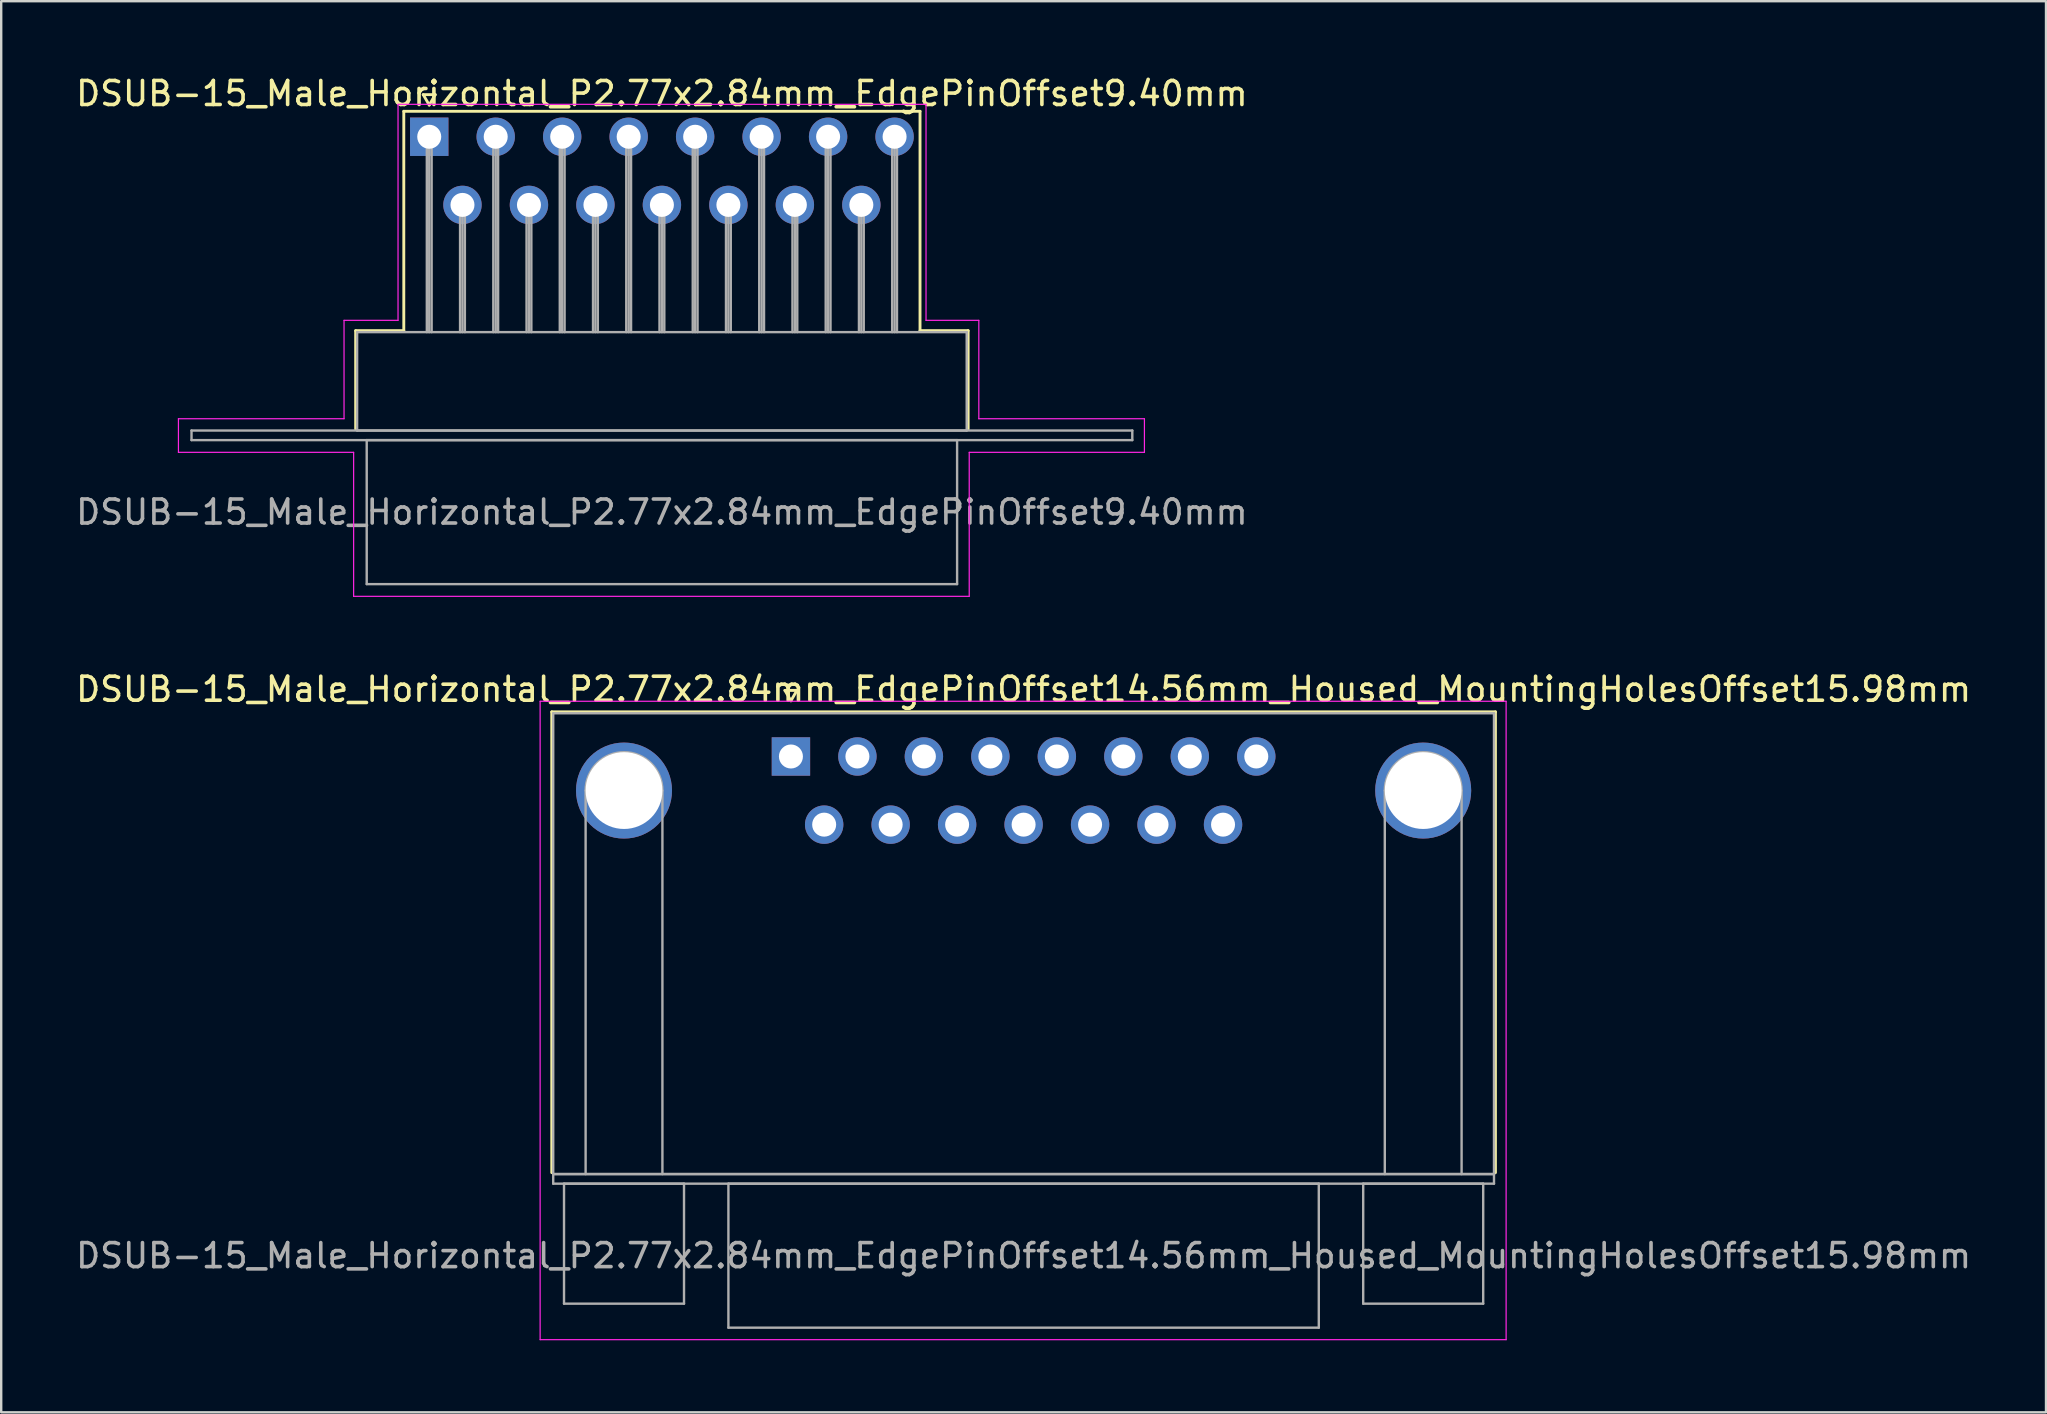
<source format=kicad_pcb>
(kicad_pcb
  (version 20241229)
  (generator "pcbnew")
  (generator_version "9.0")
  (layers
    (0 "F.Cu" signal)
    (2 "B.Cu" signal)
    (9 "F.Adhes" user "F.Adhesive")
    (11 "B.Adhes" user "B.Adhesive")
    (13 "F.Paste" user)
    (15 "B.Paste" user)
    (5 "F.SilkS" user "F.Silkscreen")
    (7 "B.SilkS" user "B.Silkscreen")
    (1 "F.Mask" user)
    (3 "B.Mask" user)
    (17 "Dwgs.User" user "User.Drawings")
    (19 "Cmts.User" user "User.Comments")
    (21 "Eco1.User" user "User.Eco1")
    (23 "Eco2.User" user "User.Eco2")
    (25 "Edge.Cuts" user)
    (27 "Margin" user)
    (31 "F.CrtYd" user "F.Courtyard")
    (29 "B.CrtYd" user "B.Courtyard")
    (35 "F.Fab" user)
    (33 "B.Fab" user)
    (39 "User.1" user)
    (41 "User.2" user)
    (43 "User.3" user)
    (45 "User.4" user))
  (footprint "DSUB-15_Male_Horizontal_P2.77x2.84mm_EdgePinOffset9.40mm"
    (layer "F.Cu")
    (at 14.835 2.648)
    (property "Reference" "DSUB-15_Male_Horizontal_P2.77x2.84mm_EdgePinOffset9.40mm" (at 9.695 -1.8 0) (layer "F.SilkS") (effects (font (size 1 1) (thickness 0.15))))
    (attr through_hole)
    (fp_line (start -3.065 8.08) (end -1.06 8.08) (stroke (width 0.12) (type solid)) (layer "F.SilkS"))
    (fp_line (start -3.065 12.18) (end -3.065 8.08) (stroke (width 0.12) (type solid)) (layer "F.SilkS"))
    (fp_line (start -1.06 -1.06) (end 20.45 -1.06) (stroke (width 0.12) (type solid)) (layer "F.SilkS"))
    (fp_line (start -1.06 8.08) (end -1.06 -1.06) (stroke (width 0.12) (type solid)) (layer "F.SilkS"))
    (fp_line (start -0.25 -1.754) (end 0.25 -1.754) (stroke (width 0.12) (type solid)) (layer "F.SilkS"))
    (fp_line (start 0 -1.321) (end -0.25 -1.754) (stroke (width 0.12) (type solid)) (layer "F.SilkS"))
    (fp_line (start 0.25 -1.754) (end 0 -1.321) (stroke (width 0.12) (type solid)) (layer "F.SilkS"))
    (fp_line (start 20.45 -1.06) (end 20.45 8.08) (stroke (width 0.12) (type solid)) (layer "F.SilkS"))
    (fp_line (start 20.45 8.08) (end 22.455 8.08) (stroke (width 0.12) (type solid)) (layer "F.SilkS"))
    (fp_line (start 22.455 8.08) (end 22.455 12.18) (stroke (width 0.12) (type solid)) (layer "F.SilkS"))
    (fp_line (start -10.45 11.75) (end -3.55 11.75) (stroke (width 0.05) (type solid)) (layer "F.CrtYd"))
    (fp_line (start -10.45 13.15) (end -10.45 11.75) (stroke (width 0.05) (type solid)) (layer "F.CrtYd"))
    (fp_line (start -3.55 7.65) (end -1.3 7.65) (stroke (width 0.05) (type solid)) (layer "F.CrtYd"))
    (fp_line (start -3.55 11.75) (end -3.55 7.65) (stroke (width 0.05) (type solid)) (layer "F.CrtYd"))
    (fp_line (start -3.15 13.15) (end -10.45 13.15) (stroke (width 0.05) (type solid)) (layer "F.CrtYd"))
    (fp_line (start -3.15 19.15) (end -3.15 13.15) (stroke (width 0.05) (type solid)) (layer "F.CrtYd"))
    (fp_line (start -1.3 -1.35) (end 20.7 -1.35) (stroke (width 0.05) (type solid)) (layer "F.CrtYd"))
    (fp_line (start -1.3 7.65) (end -1.3 -1.35) (stroke (width 0.05) (type solid)) (layer "F.CrtYd"))
    (fp_line (start 20.7 -1.35) (end 20.7 7.65) (stroke (width 0.05) (type solid)) (layer "F.CrtYd"))
    (fp_line (start 20.7 7.65) (end 22.9 7.65) (stroke (width 0.05) (type solid)) (layer "F.CrtYd"))
    (fp_line (start 22.5 13.15) (end 22.5 19.15) (stroke (width 0.05) (type solid)) (layer "F.CrtYd"))
    (fp_line (start 22.5 19.15) (end -3.15 19.15) (stroke (width 0.05) (type solid)) (layer "F.CrtYd"))
    (fp_line (start 22.9 7.65) (end 22.9 11.75) (stroke (width 0.05) (type solid)) (layer "F.CrtYd"))
    (fp_line (start 22.9 11.75) (end 29.8 11.75) (stroke (width 0.05) (type solid)) (layer "F.CrtYd"))
    (fp_line (start 29.8 11.75) (end 29.8 13.15) (stroke (width 0.05) (type solid)) (layer "F.CrtYd"))
    (fp_line (start 29.8 13.15) (end 22.5 13.15) (stroke (width 0.05) (type solid)) (layer "F.CrtYd"))
    (fp_line (start -9.905 12.24) (end -9.905 12.64) (stroke (width 0.1) (type solid)) (layer "F.Fab"))
    (fp_line (start -9.905 12.64) (end 29.295 12.64) (stroke (width 0.1) (type solid)) (layer "F.Fab"))
    (fp_line (start -3.005 8.14) (end -3.005 12.24) (stroke (width 0.1) (type solid)) (layer "F.Fab"))
    (fp_line (start -3.005 12.24) (end 22.395 12.24) (stroke (width 0.1) (type solid)) (layer "F.Fab"))
    (fp_line (start -2.605 12.64) (end -2.605 18.64) (stroke (width 0.1) (type solid)) (layer "F.Fab"))
    (fp_line (start -2.605 18.64) (end 21.995 18.64) (stroke (width 0.1) (type solid)) (layer "F.Fab"))
    (fp_line (start -0.1 0) (end -0.1 8.14) (stroke (width 0.1) (type solid)) (layer "F.Fab"))
    (fp_line (start 0 0) (end 0 8.14) (stroke (width 0.1) (type solid)) (layer "F.Fab"))
    (fp_line (start 0.1 0) (end 0.1 8.14) (stroke (width 0.1) (type solid)) (layer "F.Fab"))
    (fp_line (start 1.285 2.84) (end 1.285 8.14) (stroke (width 0.1) (type solid)) (layer "F.Fab"))
    (fp_line (start 1.385 2.84) (end 1.385 8.14) (stroke (width 0.1) (type solid)) (layer "F.Fab"))
    (fp_line (start 1.485 2.84) (end 1.485 8.14) (stroke (width 0.1) (type solid)) (layer "F.Fab"))
    (fp_line (start 2.67 0) (end 2.67 8.14) (stroke (width 0.1) (type solid)) (layer "F.Fab"))
    (fp_line (start 2.77 0) (end 2.77 8.14) (stroke (width 0.1) (type solid)) (layer "F.Fab"))
    (fp_line (start 2.87 0) (end 2.87 8.14) (stroke (width 0.1) (type solid)) (layer "F.Fab"))
    (fp_line (start 4.055 2.84) (end 4.055 8.14) (stroke (width 0.1) (type solid)) (layer "F.Fab"))
    (fp_line (start 4.155 2.84) (end 4.155 8.14) (stroke (width 0.1) (type solid)) (layer "F.Fab"))
    (fp_line (start 4.255 2.84) (end 4.255 8.14) (stroke (width 0.1) (type solid)) (layer "F.Fab"))
    (fp_line (start 5.44 0) (end 5.44 8.14) (stroke (width 0.1) (type solid)) (layer "F.Fab"))
    (fp_line (start 5.54 0) (end 5.54 8.14) (stroke (width 0.1) (type solid)) (layer "F.Fab"))
    (fp_line (start 5.64 0) (end 5.64 8.14) (stroke (width 0.1) (type solid)) (layer "F.Fab"))
    (fp_line (start 6.825 2.84) (end 6.825 8.14) (stroke (width 0.1) (type solid)) (layer "F.Fab"))
    (fp_line (start 6.925 2.84) (end 6.925 8.14) (stroke (width 0.1) (type solid)) (layer "F.Fab"))
    (fp_line (start 7.025 2.84) (end 7.025 8.14) (stroke (width 0.1) (type solid)) (layer "F.Fab"))
    (fp_line (start 8.21 0) (end 8.21 8.14) (stroke (width 0.1) (type solid)) (layer "F.Fab"))
    (fp_line (start 8.31 0) (end 8.31 8.14) (stroke (width 0.1) (type solid)) (layer "F.Fab"))
    (fp_line (start 8.41 0) (end 8.41 8.14) (stroke (width 0.1) (type solid)) (layer "F.Fab"))
    (fp_line (start 9.595 2.84) (end 9.595 8.14) (stroke (width 0.1) (type solid)) (layer "F.Fab"))
    (fp_line (start 9.695 2.84) (end 9.695 8.14) (stroke (width 0.1) (type solid)) (layer "F.Fab"))
    (fp_line (start 9.795 2.84) (end 9.795 8.14) (stroke (width 0.1) (type solid)) (layer "F.Fab"))
    (fp_line (start 10.98 0) (end 10.98 8.14) (stroke (width 0.1) (type solid)) (layer "F.Fab"))
    (fp_line (start 11.08 0) (end 11.08 8.14) (stroke (width 0.1) (type solid)) (layer "F.Fab"))
    (fp_line (start 11.18 0) (end 11.18 8.14) (stroke (width 0.1) (type solid)) (layer "F.Fab"))
    (fp_line (start 12.365 2.84) (end 12.365 8.14) (stroke (width 0.1) (type solid)) (layer "F.Fab"))
    (fp_line (start 12.465 2.84) (end 12.465 8.14) (stroke (width 0.1) (type solid)) (layer "F.Fab"))
    (fp_line (start 12.565 2.84) (end 12.565 8.14) (stroke (width 0.1) (type solid)) (layer "F.Fab"))
    (fp_line (start 13.75 0) (end 13.75 8.14) (stroke (width 0.1) (type solid)) (layer "F.Fab"))
    (fp_line (start 13.85 0) (end 13.85 8.14) (stroke (width 0.1) (type solid)) (layer "F.Fab"))
    (fp_line (start 13.95 0) (end 13.95 8.14) (stroke (width 0.1) (type solid)) (layer "F.Fab"))
    (fp_line (start 15.135 2.84) (end 15.135 8.14) (stroke (width 0.1) (type solid)) (layer "F.Fab"))
    (fp_line (start 15.235 2.84) (end 15.235 8.14) (stroke (width 0.1) (type solid)) (layer "F.Fab"))
    (fp_line (start 15.335 2.84) (end 15.335 8.14) (stroke (width 0.1) (type solid)) (layer "F.Fab"))
    (fp_line (start 16.52 0) (end 16.52 8.14) (stroke (width 0.1) (type solid)) (layer "F.Fab"))
    (fp_line (start 16.62 0) (end 16.62 8.14) (stroke (width 0.1) (type solid)) (layer "F.Fab"))
    (fp_line (start 16.72 0) (end 16.72 8.14) (stroke (width 0.1) (type solid)) (layer "F.Fab"))
    (fp_line (start 17.905 2.84) (end 17.905 8.14) (stroke (width 0.1) (type solid)) (layer "F.Fab"))
    (fp_line (start 18.005 2.84) (end 18.005 8.14) (stroke (width 0.1) (type solid)) (layer "F.Fab"))
    (fp_line (start 18.105 2.84) (end 18.105 8.14) (stroke (width 0.1) (type solid)) (layer "F.Fab"))
    (fp_line (start 19.29 0) (end 19.29 8.14) (stroke (width 0.1) (type solid)) (layer "F.Fab"))
    (fp_line (start 19.39 0) (end 19.39 8.14) (stroke (width 0.1) (type solid)) (layer "F.Fab"))
    (fp_line (start 19.49 0) (end 19.49 8.14) (stroke (width 0.1) (type solid)) (layer "F.Fab"))
    (fp_line (start 21.995 12.64) (end -2.605 12.64) (stroke (width 0.1) (type solid)) (layer "F.Fab"))
    (fp_line (start 21.995 18.64) (end 21.995 12.64) (stroke (width 0.1) (type solid)) (layer "F.Fab"))
    (fp_line (start 22.395 8.14) (end -3.005 8.14) (stroke (width 0.1) (type solid)) (layer "F.Fab"))
    (fp_line (start 22.395 12.24) (end 22.395 8.14) (stroke (width 0.1) (type solid)) (layer "F.Fab"))
    (fp_line (start 29.295 12.24) (end -9.905 12.24) (stroke (width 0.1) (type solid)) (layer "F.Fab"))
    (fp_line (start 29.295 12.64) (end 29.295 12.24) (stroke (width 0.1) (type solid)) (layer "F.Fab"))
    (fp_text user "${REFERENCE}" (at 9.695 15.64 0) (layer "F.Fab") (effects (font (size 1 1) (thickness 0.15))))
    (pad "1" thru_hole rect (at 0 0) (size 1.6 1.6) (drill 1) (layers "*.Cu" "*.Mask"))
    (pad "2" thru_hole circle (at 2.77 0) (size 1.6 1.6) (drill 1) (layers "*.Cu" "*.Mask"))
    (pad "3" thru_hole circle (at 5.54 0) (size 1.6 1.6) (drill 1) (layers "*.Cu" "*.Mask"))
    (pad "4" thru_hole circle (at 8.31 0) (size 1.6 1.6) (drill 1) (layers "*.Cu" "*.Mask"))
    (pad "5" thru_hole circle (at 11.08 0) (size 1.6 1.6) (drill 1) (layers "*.Cu" "*.Mask"))
    (pad "6" thru_hole circle (at 13.85 0) (size 1.6 1.6) (drill 1) (layers "*.Cu" "*.Mask"))
    (pad "7" thru_hole circle (at 16.62 0) (size 1.6 1.6) (drill 1) (layers "*.Cu" "*.Mask"))
    (pad "8" thru_hole circle (at 19.39 0) (size 1.6 1.6) (drill 1) (layers "*.Cu" "*.Mask"))
    (pad "9" thru_hole circle (at 1.385 2.84) (size 1.6 1.6) (drill 1) (layers "*.Cu" "*.Mask"))
    (pad "10" thru_hole circle (at 4.155 2.84) (size 1.6 1.6) (drill 1) (layers "*.Cu" "*.Mask"))
    (pad "11" thru_hole circle (at 6.925 2.84) (size 1.6 1.6) (drill 1) (layers "*.Cu" "*.Mask"))
    (pad "12" thru_hole circle (at 9.695 2.84) (size 1.6 1.6) (drill 1) (layers "*.Cu" "*.Mask"))
    (pad "13" thru_hole circle (at 12.465 2.84) (size 1.6 1.6) (drill 1) (layers "*.Cu" "*.Mask"))
    (pad "14" thru_hole circle (at 15.235 2.84) (size 1.6 1.6) (drill 1) (layers "*.Cu" "*.Mask"))
    (pad "15" thru_hole circle (at 18.005 2.84) (size 1.6 1.6) (drill 1) (layers "*.Cu" "*.Mask")))
  (footprint "DSUB-15_Male_Horizontal_P2.77x2.84mm_EdgePinOffset14.56mm_Housed_MountingHolesOffset15.98mm"
    (layer "F.Cu")
    (at 29.906 28.471)
    (property "Reference" "DSUB-15_Male_Horizontal_P2.77x2.84mm_EdgePinOffset14.56mm_Housed_MountingHolesOffset15.98mm" (at 9.695 -2.8 0) (layer "F.SilkS") (effects (font (size 1 1) (thickness 0.15))))
    (attr through_hole)
    (fp_line (start -9.965 -1.86) (end 29.355 -1.86) (stroke (width 0.12) (type solid)) (layer "F.SilkS"))
    (fp_line (start -9.965 17.34) (end -9.965 -1.86) (stroke (width 0.12) (type solid)) (layer "F.SilkS"))
    (fp_line (start -0.25 -2.754) (end 0.25 -2.754) (stroke (width 0.12) (type solid)) (layer "F.SilkS"))
    (fp_line (start 0 -2.321) (end -0.25 -2.754) (stroke (width 0.12) (type solid)) (layer "F.SilkS"))
    (fp_line (start 0.25 -2.754) (end 0 -2.321) (stroke (width 0.12) (type solid)) (layer "F.SilkS"))
    (fp_line (start 29.355 -1.86) (end 29.355 17.34) (stroke (width 0.12) (type solid)) (layer "F.SilkS"))
    (fp_line (start -10.45 -2.3) (end -10.45 24.3) (stroke (width 0.05) (type solid)) (layer "F.CrtYd"))
    (fp_line (start -10.45 24.3) (end 29.8 24.3) (stroke (width 0.05) (type solid)) (layer "F.CrtYd"))
    (fp_line (start 29.8 -2.3) (end -10.45 -2.3) (stroke (width 0.05) (type solid)) (layer "F.CrtYd"))
    (fp_line (start 29.8 24.3) (end 29.8 -2.3) (stroke (width 0.05) (type solid)) (layer "F.CrtYd"))
    (fp_line (start -9.905 -1.8) (end -9.905 17.4) (stroke (width 0.1) (type solid)) (layer "F.Fab"))
    (fp_line (start -9.905 17.4) (end -9.905 17.8) (stroke (width 0.1) (type solid)) (layer "F.Fab"))
    (fp_line (start -9.905 17.4) (end 29.295 17.4) (stroke (width 0.1) (type solid)) (layer "F.Fab"))
    (fp_line (start -9.905 17.8) (end 29.295 17.8) (stroke (width 0.1) (type solid)) (layer "F.Fab"))
    (fp_line (start -9.455 17.8) (end -9.455 22.8) (stroke (width 0.1) (type solid)) (layer "F.Fab"))
    (fp_line (start -9.455 22.8) (end -4.455 22.8) (stroke (width 0.1) (type solid)) (layer "F.Fab"))
    (fp_line (start -8.555 17.4) (end -8.555 1.42) (stroke (width 0.1) (type solid)) (layer "F.Fab"))
    (fp_line (start -5.355 17.4) (end -5.355 1.42) (stroke (width 0.1) (type solid)) (layer "F.Fab"))
    (fp_line (start -4.455 17.8) (end -9.455 17.8) (stroke (width 0.1) (type solid)) (layer "F.Fab"))
    (fp_line (start -4.455 22.8) (end -4.455 17.8) (stroke (width 0.1) (type solid)) (layer "F.Fab"))
    (fp_line (start -2.605 17.8) (end -2.605 23.8) (stroke (width 0.1) (type solid)) (layer "F.Fab"))
    (fp_line (start -2.605 23.8) (end 21.995 23.8) (stroke (width 0.1) (type solid)) (layer "F.Fab"))
    (fp_line (start 21.995 17.8) (end -2.605 17.8) (stroke (width 0.1) (type solid)) (layer "F.Fab"))
    (fp_line (start 21.995 23.8) (end 21.995 17.8) (stroke (width 0.1) (type solid)) (layer "F.Fab"))
    (fp_line (start 23.845 17.8) (end 23.845 22.8) (stroke (width 0.1) (type solid)) (layer "F.Fab"))
    (fp_line (start 23.845 22.8) (end 28.845 22.8) (stroke (width 0.1) (type solid)) (layer "F.Fab"))
    (fp_line (start 24.745 17.4) (end 24.745 1.42) (stroke (width 0.1) (type solid)) (layer "F.Fab"))
    (fp_line (start 27.945 17.4) (end 27.945 1.42) (stroke (width 0.1) (type solid)) (layer "F.Fab"))
    (fp_line (start 28.845 17.8) (end 23.845 17.8) (stroke (width 0.1) (type solid)) (layer "F.Fab"))
    (fp_line (start 28.845 22.8) (end 28.845 17.8) (stroke (width 0.1) (type solid)) (layer "F.Fab"))
    (fp_line (start 29.295 -1.8) (end -9.905 -1.8) (stroke (width 0.1) (type solid)) (layer "F.Fab"))
    (fp_line (start 29.295 17.4) (end -9.905 17.4) (stroke (width 0.1) (type solid)) (layer "F.Fab"))
    (fp_line (start 29.295 17.4) (end 29.295 -1.8) (stroke (width 0.1) (type solid)) (layer "F.Fab"))
    (fp_line (start 29.295 17.8) (end 29.295 17.4) (stroke (width 0.1) (type solid)) (layer "F.Fab"))
    (fp_arc (start -8.555 1.42) (mid -6.955 -0.18) (end -5.355 1.42) (stroke (width 0.1) (type solid)) (layer "F.Fab"))
    (fp_arc (start 24.745 1.42) (mid 26.345 -0.18) (end 27.945 1.42) (stroke (width 0.1) (type solid)) (layer "F.Fab"))
    (fp_text user "${REFERENCE}" (at 9.695 20.8 0) (layer "F.Fab") (effects (font (size 1 1) (thickness 0.15))))
    (pad "0" thru_hole circle (at -6.955 1.42) (size 4 4) (drill 3.2) (layers "*.Cu" "*.Mask"))
    (pad "0" thru_hole circle (at 26.345 1.42) (size 4 4) (drill 3.2) (layers "*.Cu" "*.Mask"))
    (pad "1" thru_hole rect (at 0 0) (size 1.6 1.6) (drill 1) (layers "*.Cu" "*.Mask"))
    (pad "2" thru_hole circle (at 2.77 0) (size 1.6 1.6) (drill 1) (layers "*.Cu" "*.Mask"))
    (pad "3" thru_hole circle (at 5.54 0) (size 1.6 1.6) (drill 1) (layers "*.Cu" "*.Mask"))
    (pad "4" thru_hole circle (at 8.31 0) (size 1.6 1.6) (drill 1) (layers "*.Cu" "*.Mask"))
    (pad "5" thru_hole circle (at 11.08 0) (size 1.6 1.6) (drill 1) (layers "*.Cu" "*.Mask"))
    (pad "6" thru_hole circle (at 13.85 0) (size 1.6 1.6) (drill 1) (layers "*.Cu" "*.Mask"))
    (pad "7" thru_hole circle (at 16.62 0) (size 1.6 1.6) (drill 1) (layers "*.Cu" "*.Mask"))
    (pad "8" thru_hole circle (at 19.39 0) (size 1.6 1.6) (drill 1) (layers "*.Cu" "*.Mask"))
    (pad "9" thru_hole circle (at 1.385 2.84) (size 1.6 1.6) (drill 1) (layers "*.Cu" "*.Mask"))
    (pad "10" thru_hole circle (at 4.155 2.84) (size 1.6 1.6) (drill 1) (layers "*.Cu" "*.Mask"))
    (pad "11" thru_hole circle (at 6.925 2.84) (size 1.6 1.6) (drill 1) (layers "*.Cu" "*.Mask"))
    (pad "12" thru_hole circle (at 9.695 2.84) (size 1.6 1.6) (drill 1) (layers "*.Cu" "*.Mask"))
    (pad "13" thru_hole circle (at 12.465 2.84) (size 1.6 1.6) (drill 1) (layers "*.Cu" "*.Mask"))
    (pad "14" thru_hole circle (at 15.235 2.84) (size 1.6 1.6) (drill 1) (layers "*.Cu" "*.Mask"))
    (pad "15" thru_hole circle (at 18.005 2.84) (size 1.6 1.6) (drill 1) (layers "*.Cu" "*.Mask")))
  (gr_rect
    (start -3 -3)
    (end 82.202 55.797)
    (stroke (width 0.1) (type default))
    (fill no)
    (layer "Edge.Cuts")))
</source>
